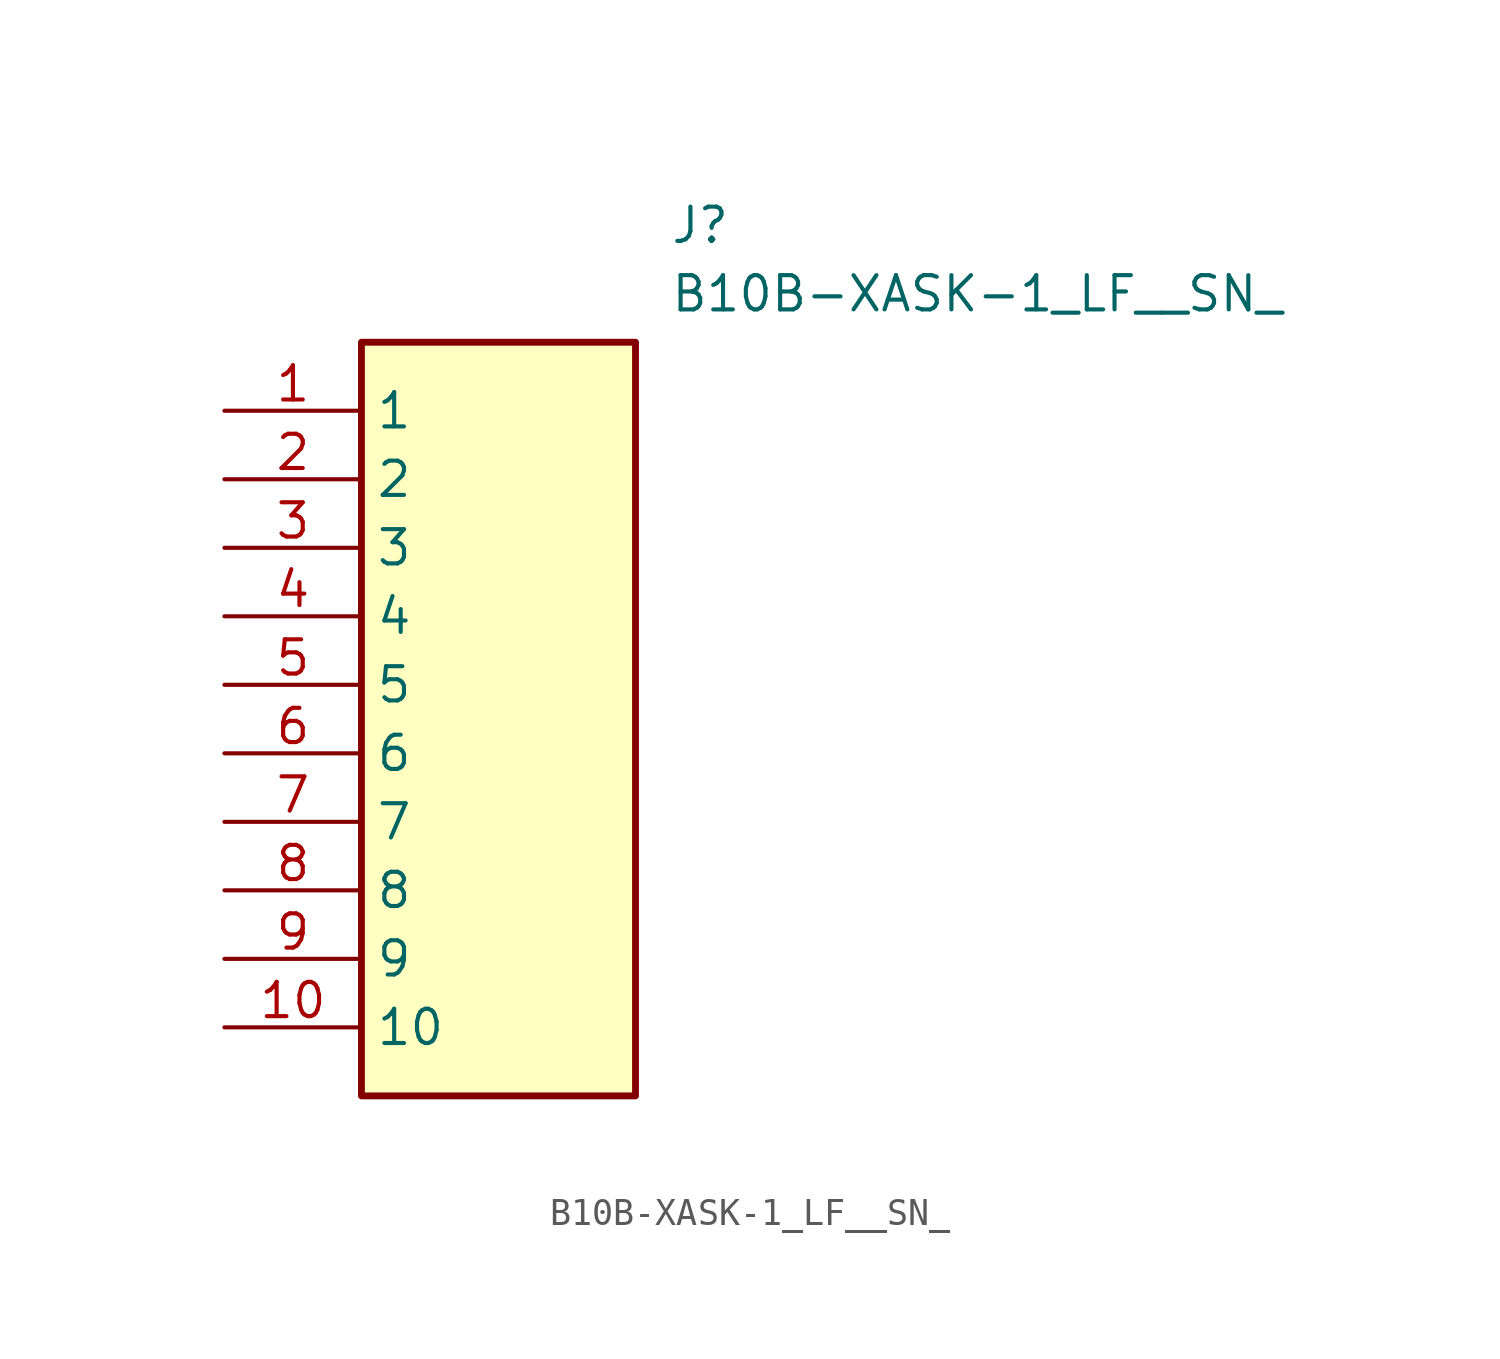
<source format=kicad_sym>
(kicad_symbol_lib
  (version 20211014)
  (generator SamacSys_ECAD_Model)
  (symbol "B10B-XASK-1_LF__SN_"
    (property "Reference" "J"
      (at 16.51 7.62 0)
      (effects (font (size 1.27 1.27)) (justify left top)))
    (property "Value" "B10B-XASK-1_LF__SN_"
      (at 16.51 5.08 0)
      (effects (font (size 1.27 1.27)) (justify left top)))
    (rectangle
      (start 5.08 2.54)
      (end 15.24 -25.4)
      (stroke (width 0.254) (type default))
      (fill (type background)))
    (pin passive line
      (at 0 0 0)
      (length 5.08)
      (name "1" (effects (font (size 1.27 1.27))))
      (number "1" (effects (font (size 1.27 1.27)))))
    (pin passive line
      (at 0 -2.54 0)
      (length 5.08)
      (name "2" (effects (font (size 1.27 1.27))))
      (number "2" (effects (font (size 1.27 1.27)))))
    (pin passive line
      (at 0 -5.08 0)
      (length 5.08)
      (name "3" (effects (font (size 1.27 1.27))))
      (number "3" (effects (font (size 1.27 1.27)))))
    (pin passive line
      (at 0 -7.62 0)
      (length 5.08)
      (name "4" (effects (font (size 1.27 1.27))))
      (number "4" (effects (font (size 1.27 1.27)))))
    (pin passive line
      (at 0 -10.16 0)
      (length 5.08)
      (name "5" (effects (font (size 1.27 1.27))))
      (number "5" (effects (font (size 1.27 1.27)))))
    (pin passive line
      (at 0 -12.7 0)
      (length 5.08)
      (name "6" (effects (font (size 1.27 1.27))))
      (number "6" (effects (font (size 1.27 1.27)))))
    (pin passive line
      (at 0 -15.24 0)
      (length 5.08)
      (name "7" (effects (font (size 1.27 1.27))))
      (number "7" (effects (font (size 1.27 1.27)))))
    (pin passive line
      (at 0 -17.78 0)
      (length 5.08)
      (name "8" (effects (font (size 1.27 1.27))))
      (number "8" (effects (font (size 1.27 1.27)))))
    (pin passive line
      (at 0 -20.32 0)
      (length 5.08)
      (name "9" (effects (font (size 1.27 1.27))))
      (number "9" (effects (font (size 1.27 1.27)))))
    (pin passive line
      (at 0 -22.86 0)
      (length 5.08)
      (name "10" (effects (font (size 1.27 1.27))))
      (number "10" (effects (font (size 1.27 1.27)))))))
</source>
